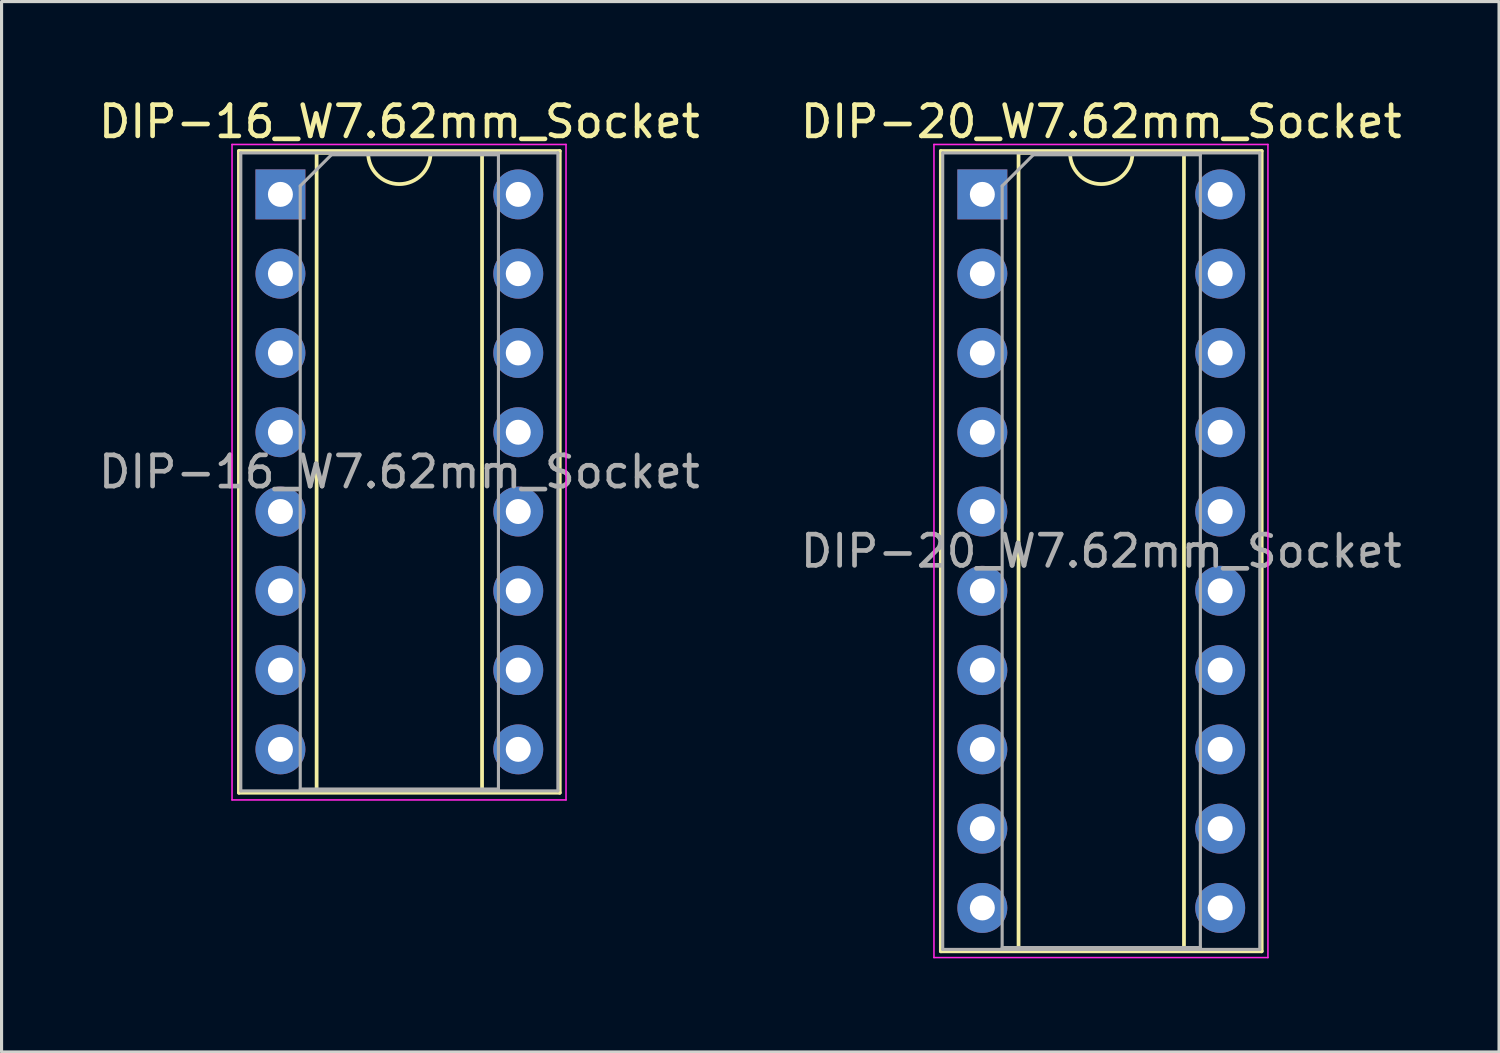
<source format=kicad_pcb>
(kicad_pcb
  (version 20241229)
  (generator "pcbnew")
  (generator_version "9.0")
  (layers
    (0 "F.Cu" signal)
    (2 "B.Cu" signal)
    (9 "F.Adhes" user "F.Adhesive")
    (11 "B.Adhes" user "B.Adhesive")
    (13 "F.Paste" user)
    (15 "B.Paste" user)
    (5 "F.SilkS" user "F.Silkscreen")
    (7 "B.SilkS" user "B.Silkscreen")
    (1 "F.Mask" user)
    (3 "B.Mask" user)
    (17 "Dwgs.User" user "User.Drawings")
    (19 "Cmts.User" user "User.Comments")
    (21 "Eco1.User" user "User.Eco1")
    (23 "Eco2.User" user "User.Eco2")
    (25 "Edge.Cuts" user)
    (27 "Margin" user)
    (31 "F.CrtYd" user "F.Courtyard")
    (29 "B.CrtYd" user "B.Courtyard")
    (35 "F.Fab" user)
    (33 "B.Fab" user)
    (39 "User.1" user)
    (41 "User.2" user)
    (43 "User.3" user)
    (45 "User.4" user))
  (footprint "DIP-20_W7.62mm_Socket"
    (layer "F.Cu")
    (at 28.422 3.178)
    (property "Reference" "DIP-20_W7.62mm_Socket" (at 3.81 -2.33 0) (layer "F.SilkS") (effects (font (size 1 1) (thickness 0.15))))
    (attr through_hole)
    (fp_line (start -1.33 -1.39) (end -1.33 24.25) (stroke (width 0.12) (type solid)) (layer "F.SilkS"))
    (fp_line (start -1.33 24.25) (end 8.95 24.25) (stroke (width 0.12) (type solid)) (layer "F.SilkS"))
    (fp_line (start 1.16 -1.33) (end 1.16 24.19) (stroke (width 0.12) (type solid)) (layer "F.SilkS"))
    (fp_line (start 1.16 24.19) (end 6.46 24.19) (stroke (width 0.12) (type solid)) (layer "F.SilkS"))
    (fp_line (start 2.81 -1.33) (end 1.16 -1.33) (stroke (width 0.12) (type solid)) (layer "F.SilkS"))
    (fp_line (start 6.46 -1.33) (end 4.81 -1.33) (stroke (width 0.12) (type solid)) (layer "F.SilkS"))
    (fp_line (start 6.46 24.19) (end 6.46 -1.33) (stroke (width 0.12) (type solid)) (layer "F.SilkS"))
    (fp_line (start 8.95 -1.39) (end -1.33 -1.39) (stroke (width 0.12) (type solid)) (layer "F.SilkS"))
    (fp_line (start 8.95 24.25) (end 8.95 -1.39) (stroke (width 0.12) (type solid)) (layer "F.SilkS"))
    (fp_arc (start 4.81 -1.33) (mid 3.81 -0.33) (end 2.81 -1.33) (stroke (width 0.12) (type solid)) (layer "F.SilkS"))
    (fp_line (start -1.55 -1.6) (end -1.55 24.45) (stroke (width 0.05) (type solid)) (layer "F.CrtYd"))
    (fp_line (start -1.55 24.45) (end 9.15 24.45) (stroke (width 0.05) (type solid)) (layer "F.CrtYd"))
    (fp_line (start 9.15 -1.6) (end -1.55 -1.6) (stroke (width 0.05) (type solid)) (layer "F.CrtYd"))
    (fp_line (start 9.15 24.45) (end 9.15 -1.6) (stroke (width 0.05) (type solid)) (layer "F.CrtYd"))
    (fp_line (start -1.27 -1.33) (end -1.27 24.19) (stroke (width 0.1) (type solid)) (layer "F.Fab"))
    (fp_line (start -1.27 24.19) (end 8.89 24.19) (stroke (width 0.1) (type solid)) (layer "F.Fab"))
    (fp_line (start 0.635 -0.27) (end 1.635 -1.27) (stroke (width 0.1) (type solid)) (layer "F.Fab"))
    (fp_line (start 0.635 24.13) (end 0.635 -0.27) (stroke (width 0.1) (type solid)) (layer "F.Fab"))
    (fp_line (start 1.635 -1.27) (end 6.985 -1.27) (stroke (width 0.1) (type solid)) (layer "F.Fab"))
    (fp_line (start 6.985 -1.27) (end 6.985 24.13) (stroke (width 0.1) (type solid)) (layer "F.Fab"))
    (fp_line (start 6.985 24.13) (end 0.635 24.13) (stroke (width 0.1) (type solid)) (layer "F.Fab"))
    (fp_line (start 8.89 -1.33) (end -1.27 -1.33) (stroke (width 0.1) (type solid)) (layer "F.Fab"))
    (fp_line (start 8.89 24.19) (end 8.89 -1.33) (stroke (width 0.1) (type solid)) (layer "F.Fab"))
    (fp_text user "${REFERENCE}" (at 3.81 11.43 0) (layer "F.Fab") (effects (font (size 1 1) (thickness 0.15))))
    (pad "1" thru_hole rect (at 0 0) (size 1.6 1.6) (drill 0.8) (layers "*.Cu" "*.Mask"))
    (pad "2" thru_hole oval (at 0 2.54) (size 1.6 1.6) (drill 0.8) (layers "*.Cu" "*.Mask"))
    (pad "3" thru_hole oval (at 0 5.08) (size 1.6 1.6) (drill 0.8) (layers "*.Cu" "*.Mask"))
    (pad "4" thru_hole oval (at 0 7.62) (size 1.6 1.6) (drill 0.8) (layers "*.Cu" "*.Mask"))
    (pad "5" thru_hole oval (at 0 10.16) (size 1.6 1.6) (drill 0.8) (layers "*.Cu" "*.Mask"))
    (pad "6" thru_hole oval (at 0 12.7) (size 1.6 1.6) (drill 0.8) (layers "*.Cu" "*.Mask"))
    (pad "7" thru_hole oval (at 0 15.24) (size 1.6 1.6) (drill 0.8) (layers "*.Cu" "*.Mask"))
    (pad "8" thru_hole oval (at 0 17.78) (size 1.6 1.6) (drill 0.8) (layers "*.Cu" "*.Mask"))
    (pad "9" thru_hole oval (at 0 20.32) (size 1.6 1.6) (drill 0.8) (layers "*.Cu" "*.Mask"))
    (pad "10" thru_hole oval (at 0 22.86) (size 1.6 1.6) (drill 0.8) (layers "*.Cu" "*.Mask"))
    (pad "11" thru_hole oval (at 7.62 22.86) (size 1.6 1.6) (drill 0.8) (layers "*.Cu" "*.Mask"))
    (pad "12" thru_hole oval (at 7.62 20.32) (size 1.6 1.6) (drill 0.8) (layers "*.Cu" "*.Mask"))
    (pad "13" thru_hole oval (at 7.62 17.78) (size 1.6 1.6) (drill 0.8) (layers "*.Cu" "*.Mask"))
    (pad "14" thru_hole oval (at 7.62 15.24) (size 1.6 1.6) (drill 0.8) (layers "*.Cu" "*.Mask"))
    (pad "15" thru_hole oval (at 7.62 12.7) (size 1.6 1.6) (drill 0.8) (layers "*.Cu" "*.Mask"))
    (pad "16" thru_hole oval (at 7.62 10.16) (size 1.6 1.6) (drill 0.8) (layers "*.Cu" "*.Mask"))
    (pad "17" thru_hole oval (at 7.62 7.62) (size 1.6 1.6) (drill 0.8) (layers "*.Cu" "*.Mask"))
    (pad "18" thru_hole oval (at 7.62 5.08) (size 1.6 1.6) (drill 0.8) (layers "*.Cu" "*.Mask"))
    (pad "19" thru_hole oval (at 7.62 2.54) (size 1.6 1.6) (drill 0.8) (layers "*.Cu" "*.Mask"))
    (pad "20" thru_hole oval (at 7.62 0) (size 1.6 1.6) (drill 0.8) (layers "*.Cu" "*.Mask")))
  (footprint "DIP-16_W7.62mm_Socket"
    (layer "F.Cu")
    (at 5.934 3.178)
    (property "Reference" "DIP-16_W7.62mm_Socket" (at 3.81 -2.33 0) (layer "F.SilkS") (effects (font (size 1 1) (thickness 0.15))))
    (attr through_hole)
    (fp_line (start -1.33 -1.39) (end -1.33 19.17) (stroke (width 0.12) (type solid)) (layer "F.SilkS"))
    (fp_line (start -1.33 19.17) (end 8.95 19.17) (stroke (width 0.12) (type solid)) (layer "F.SilkS"))
    (fp_line (start 1.16 -1.33) (end 1.16 19.11) (stroke (width 0.12) (type solid)) (layer "F.SilkS"))
    (fp_line (start 1.16 19.11) (end 6.46 19.11) (stroke (width 0.12) (type solid)) (layer "F.SilkS"))
    (fp_line (start 2.81 -1.33) (end 1.16 -1.33) (stroke (width 0.12) (type solid)) (layer "F.SilkS"))
    (fp_line (start 6.46 -1.33) (end 4.81 -1.33) (stroke (width 0.12) (type solid)) (layer "F.SilkS"))
    (fp_line (start 6.46 19.11) (end 6.46 -1.33) (stroke (width 0.12) (type solid)) (layer "F.SilkS"))
    (fp_line (start 8.95 -1.39) (end -1.33 -1.39) (stroke (width 0.12) (type solid)) (layer "F.SilkS"))
    (fp_line (start 8.95 19.17) (end 8.95 -1.39) (stroke (width 0.12) (type solid)) (layer "F.SilkS"))
    (fp_arc (start 4.81 -1.33) (mid 3.81 -0.33) (end 2.81 -1.33) (stroke (width 0.12) (type solid)) (layer "F.SilkS"))
    (fp_line (start -1.55 -1.6) (end -1.55 19.4) (stroke (width 0.05) (type solid)) (layer "F.CrtYd"))
    (fp_line (start -1.55 19.4) (end 9.15 19.4) (stroke (width 0.05) (type solid)) (layer "F.CrtYd"))
    (fp_line (start 9.15 -1.6) (end -1.55 -1.6) (stroke (width 0.05) (type solid)) (layer "F.CrtYd"))
    (fp_line (start 9.15 19.4) (end 9.15 -1.6) (stroke (width 0.05) (type solid)) (layer "F.CrtYd"))
    (fp_line (start -1.27 -1.33) (end -1.27 19.11) (stroke (width 0.1) (type solid)) (layer "F.Fab"))
    (fp_line (start -1.27 19.11) (end 8.89 19.11) (stroke (width 0.1) (type solid)) (layer "F.Fab"))
    (fp_line (start 0.635 -0.27) (end 1.635 -1.27) (stroke (width 0.1) (type solid)) (layer "F.Fab"))
    (fp_line (start 0.635 19.05) (end 0.635 -0.27) (stroke (width 0.1) (type solid)) (layer "F.Fab"))
    (fp_line (start 1.635 -1.27) (end 6.985 -1.27) (stroke (width 0.1) (type solid)) (layer "F.Fab"))
    (fp_line (start 6.985 -1.27) (end 6.985 19.05) (stroke (width 0.1) (type solid)) (layer "F.Fab"))
    (fp_line (start 6.985 19.05) (end 0.635 19.05) (stroke (width 0.1) (type solid)) (layer "F.Fab"))
    (fp_line (start 8.89 -1.33) (end -1.27 -1.33) (stroke (width 0.1) (type solid)) (layer "F.Fab"))
    (fp_line (start 8.89 19.11) (end 8.89 -1.33) (stroke (width 0.1) (type solid)) (layer "F.Fab"))
    (fp_text user "${REFERENCE}" (at 3.81 8.89 0) (layer "F.Fab") (effects (font (size 1 1) (thickness 0.15))))
    (pad "1" thru_hole rect (at 0 0) (size 1.6 1.6) (drill 0.8) (layers "*.Cu" "*.Mask"))
    (pad "2" thru_hole oval (at 0 2.54) (size 1.6 1.6) (drill 0.8) (layers "*.Cu" "*.Mask"))
    (pad "3" thru_hole oval (at 0 5.08) (size 1.6 1.6) (drill 0.8) (layers "*.Cu" "*.Mask"))
    (pad "4" thru_hole oval (at 0 7.62) (size 1.6 1.6) (drill 0.8) (layers "*.Cu" "*.Mask"))
    (pad "5" thru_hole oval (at 0 10.16) (size 1.6 1.6) (drill 0.8) (layers "*.Cu" "*.Mask"))
    (pad "6" thru_hole oval (at 0 12.7) (size 1.6 1.6) (drill 0.8) (layers "*.Cu" "*.Mask"))
    (pad "7" thru_hole oval (at 0 15.24) (size 1.6 1.6) (drill 0.8) (layers "*.Cu" "*.Mask"))
    (pad "8" thru_hole oval (at 0 17.78) (size 1.6 1.6) (drill 0.8) (layers "*.Cu" "*.Mask"))
    (pad "9" thru_hole oval (at 7.62 17.78) (size 1.6 1.6) (drill 0.8) (layers "*.Cu" "*.Mask"))
    (pad "10" thru_hole oval (at 7.62 15.24) (size 1.6 1.6) (drill 0.8) (layers "*.Cu" "*.Mask"))
    (pad "11" thru_hole oval (at 7.62 12.7) (size 1.6 1.6) (drill 0.8) (layers "*.Cu" "*.Mask"))
    (pad "12" thru_hole oval (at 7.62 10.16) (size 1.6 1.6) (drill 0.8) (layers "*.Cu" "*.Mask"))
    (pad "13" thru_hole oval (at 7.62 7.62) (size 1.6 1.6) (drill 0.8) (layers "*.Cu" "*.Mask"))
    (pad "14" thru_hole oval (at 7.62 5.08) (size 1.6 1.6) (drill 0.8) (layers "*.Cu" "*.Mask"))
    (pad "15" thru_hole oval (at 7.62 2.54) (size 1.6 1.6) (drill 0.8) (layers "*.Cu" "*.Mask"))
    (pad "16" thru_hole oval (at 7.62 0) (size 1.6 1.6) (drill 0.8) (layers "*.Cu" "*.Mask")))
  (gr_rect
    (start -3 -3)
    (end 44.976 30.653)
    (stroke (width 0.1) (type default))
    (fill no)
    (layer "Edge.Cuts")))
</source>
